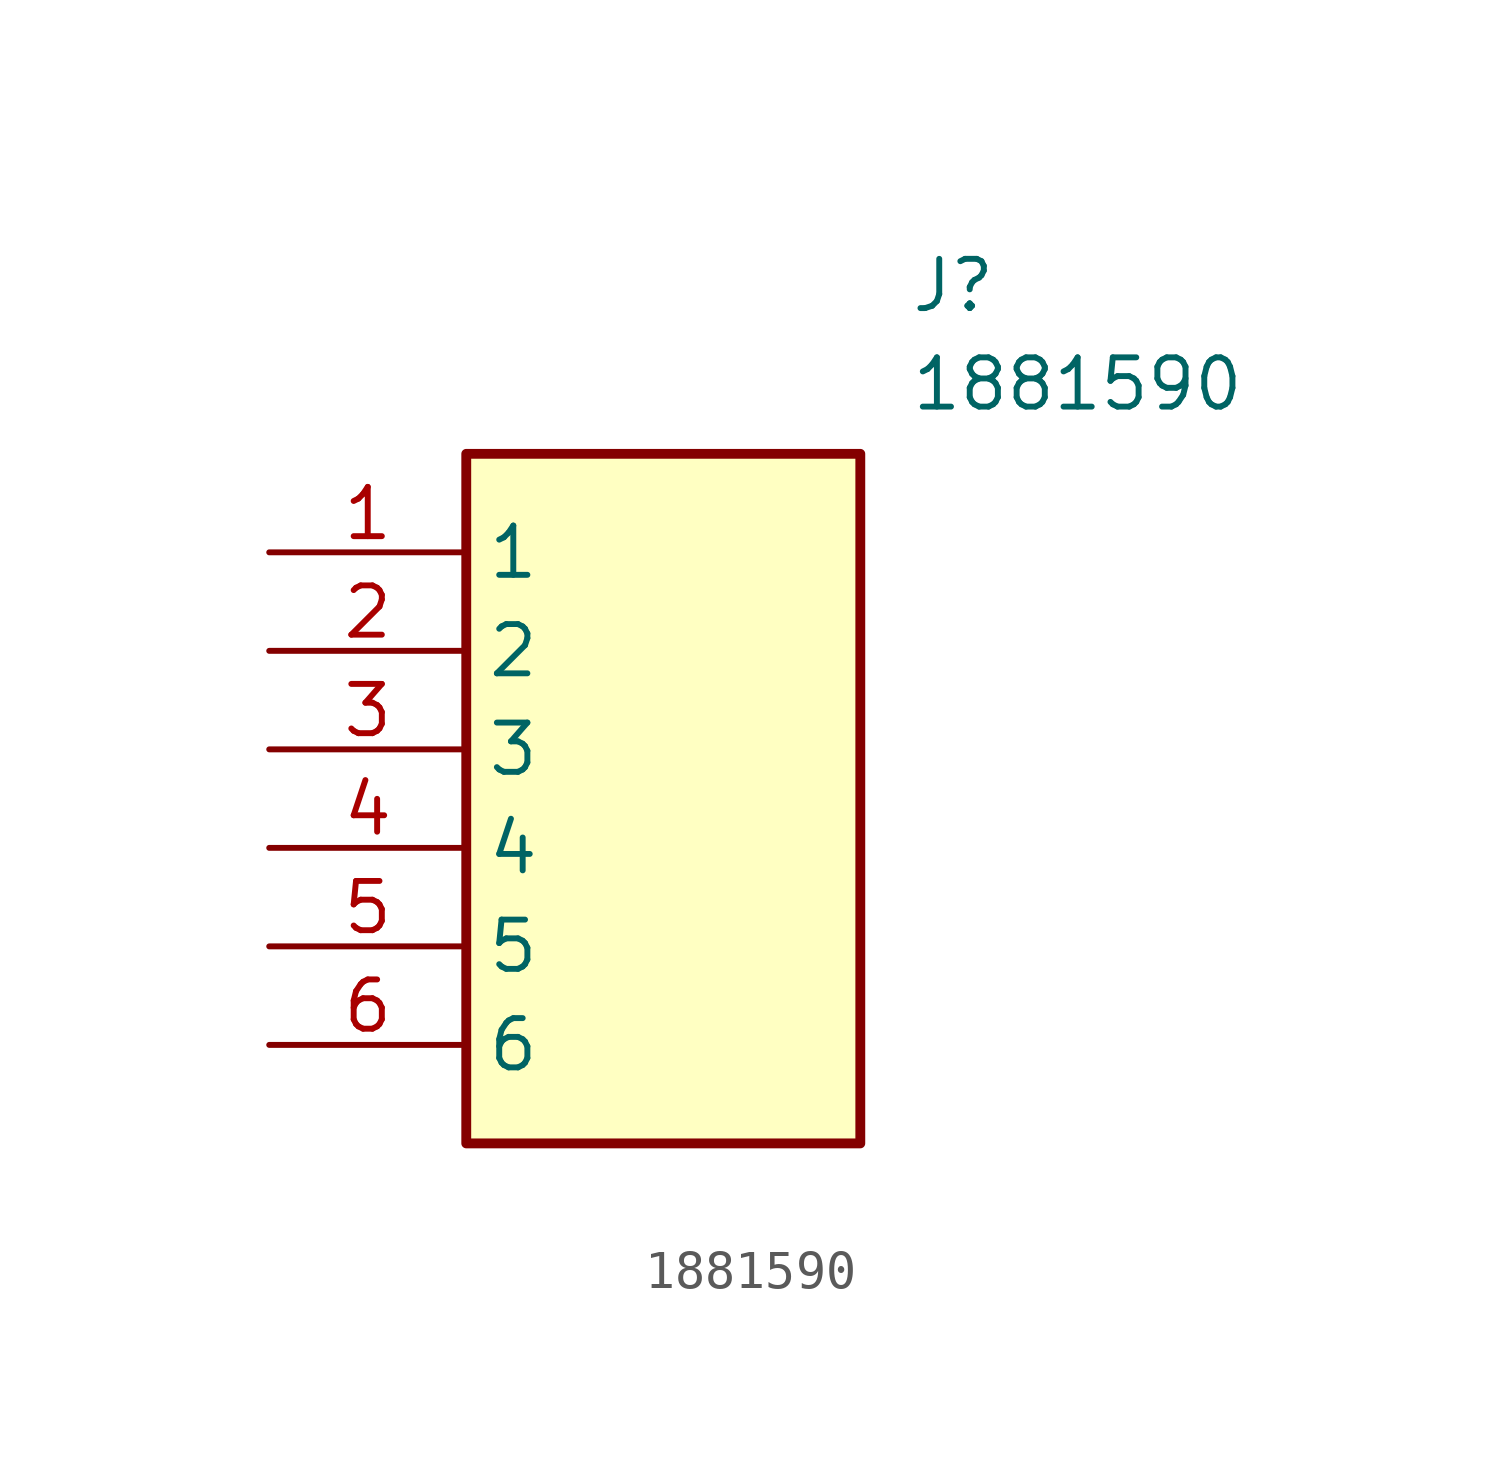
<source format=kicad_sym>
(kicad_symbol_lib
  (version 20211014)
  (generator SamacSys_ECAD_Model)
  (symbol "1881590"
    (property "Reference" "J"
      (at 16.51 7.62 0)
      (effects (font (size 1.27 1.27)) (justify left top)))
    (property "Value" "1881590"
      (at 16.51 5.08 0)
      (effects (font (size 1.27 1.27)) (justify left top)))
    (rectangle
      (start 5.08 2.54)
      (end 15.24 -15.24)
      (stroke (width 0.254) (type default))
      (fill (type background)))
    (pin passive line
      (at 0 0 0)
      (length 5.08)
      (name "1" (effects (font (size 1.27 1.27))))
      (number "1" (effects (font (size 1.27 1.27)))))
    (pin passive line
      (at 0 -2.54 0)
      (length 5.08)
      (name "2" (effects (font (size 1.27 1.27))))
      (number "2" (effects (font (size 1.27 1.27)))))
    (pin passive line
      (at 0 -5.08 0)
      (length 5.08)
      (name "3" (effects (font (size 1.27 1.27))))
      (number "3" (effects (font (size 1.27 1.27)))))
    (pin passive line
      (at 0 -7.62 0)
      (length 5.08)
      (name "4" (effects (font (size 1.27 1.27))))
      (number "4" (effects (font (size 1.27 1.27)))))
    (pin passive line
      (at 0 -10.16 0)
      (length 5.08)
      (name "5" (effects (font (size 1.27 1.27))))
      (number "5" (effects (font (size 1.27 1.27)))))
    (pin passive line
      (at 0 -12.7 0)
      (length 5.08)
      (name "6" (effects (font (size 1.27 1.27))))
      (number "6" (effects (font (size 1.27 1.27)))))))
</source>
